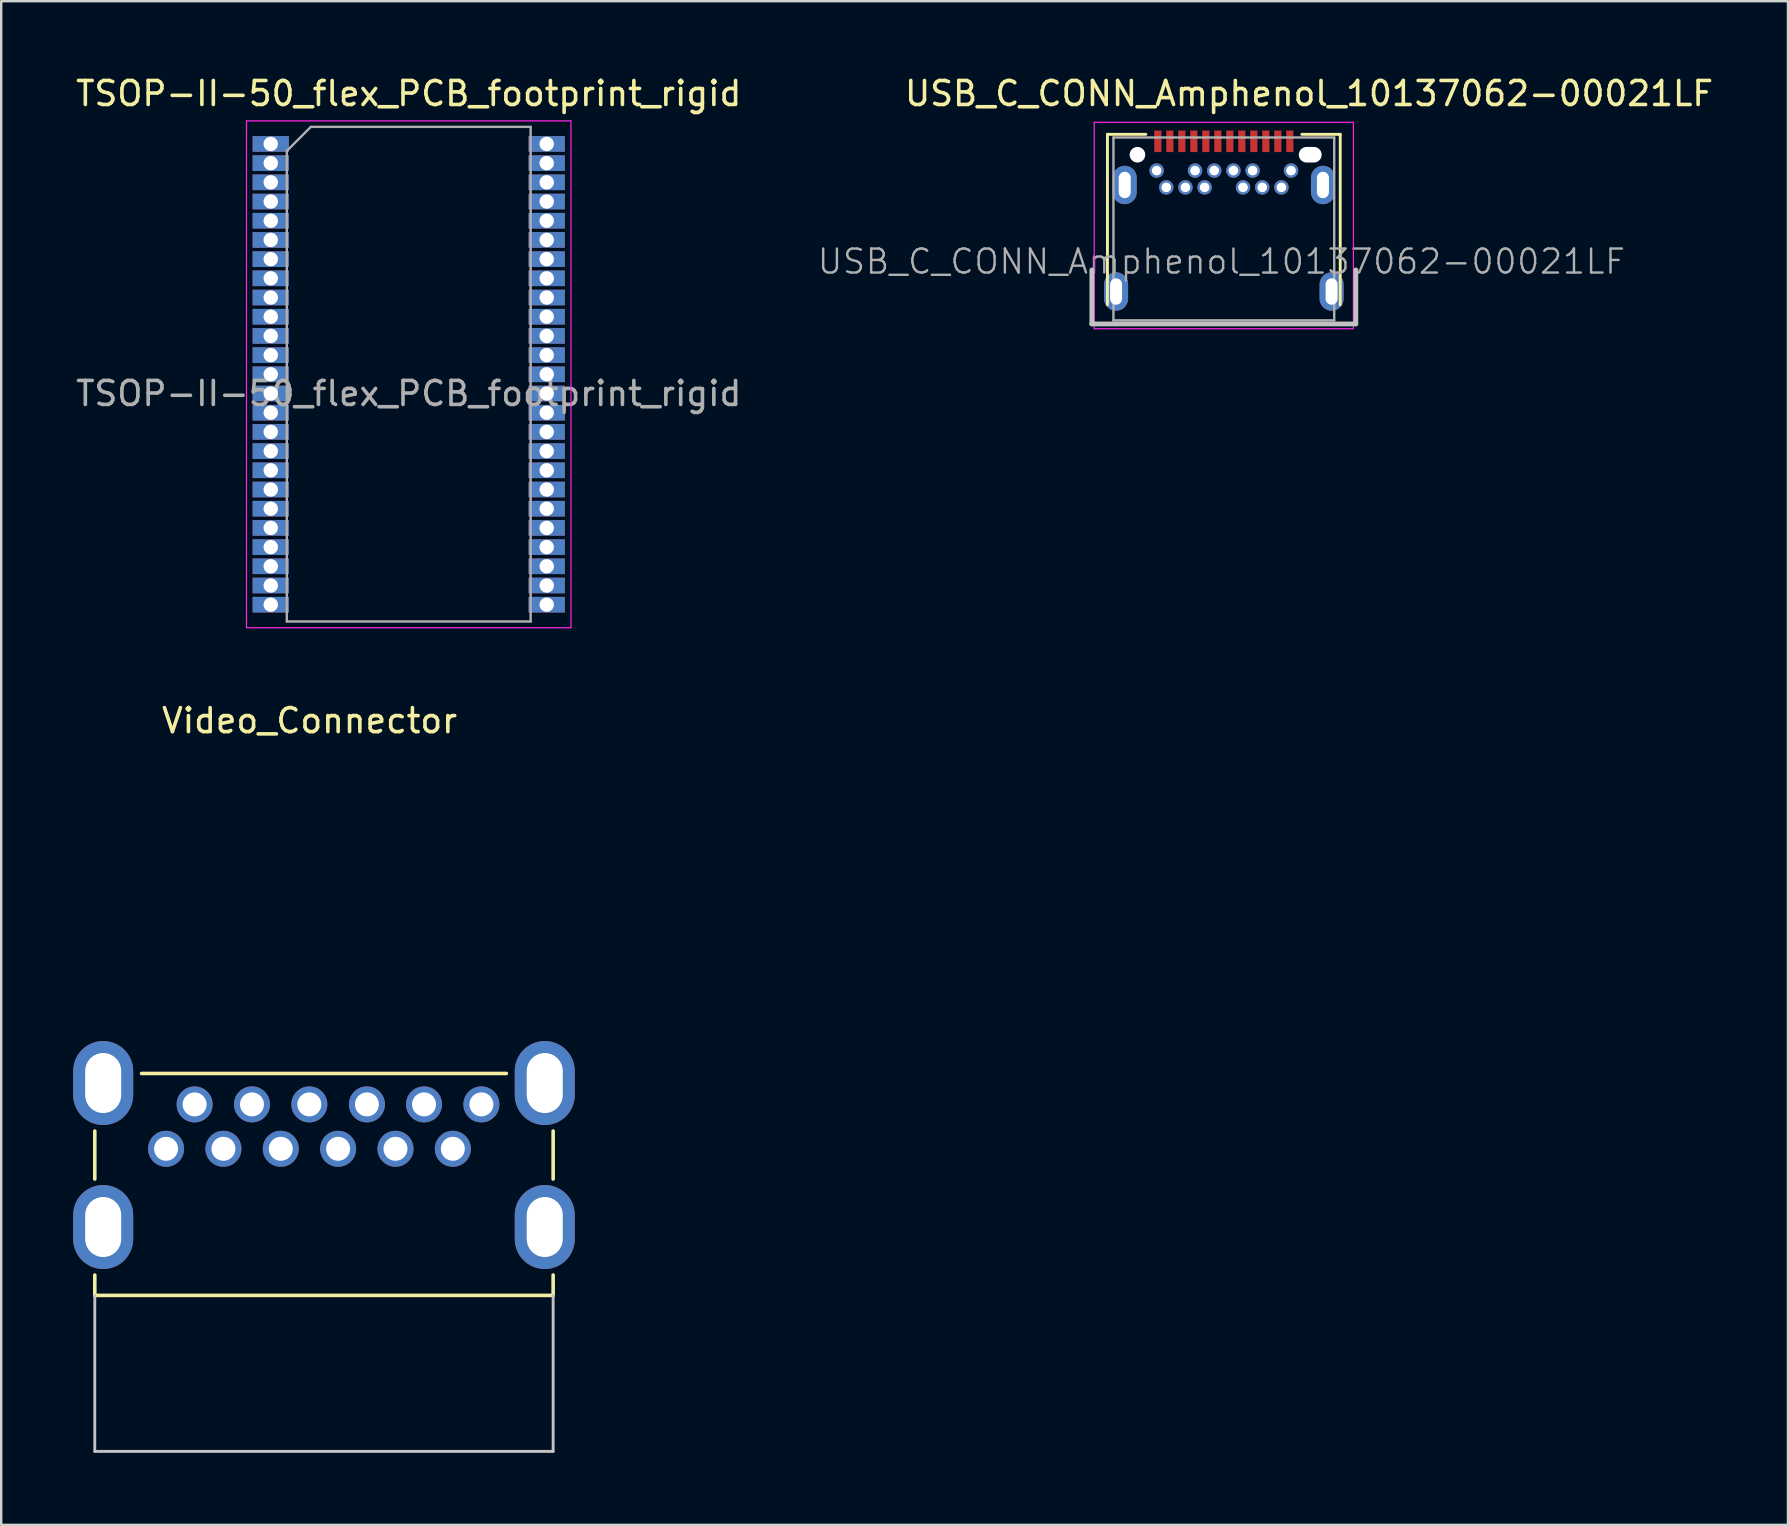
<source format=kicad_pcb>
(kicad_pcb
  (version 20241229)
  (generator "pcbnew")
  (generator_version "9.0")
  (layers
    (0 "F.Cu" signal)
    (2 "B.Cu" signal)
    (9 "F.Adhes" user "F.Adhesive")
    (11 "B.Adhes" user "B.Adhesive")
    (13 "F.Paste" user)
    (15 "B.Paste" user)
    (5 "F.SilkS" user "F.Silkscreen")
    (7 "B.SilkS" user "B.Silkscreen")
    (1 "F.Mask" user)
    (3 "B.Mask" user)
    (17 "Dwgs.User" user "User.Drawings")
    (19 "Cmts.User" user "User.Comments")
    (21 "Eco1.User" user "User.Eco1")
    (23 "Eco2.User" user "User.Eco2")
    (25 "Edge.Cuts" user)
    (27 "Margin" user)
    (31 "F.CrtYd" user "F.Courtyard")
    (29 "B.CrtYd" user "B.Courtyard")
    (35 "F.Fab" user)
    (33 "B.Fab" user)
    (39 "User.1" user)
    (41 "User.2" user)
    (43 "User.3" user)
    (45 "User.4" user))
  (footprint "Video_Connector"
    (layer "F.Cu")
    (at 10.45 41.681)
    (property "Reference" "Video_Connector" (at -0.6 -14.7 0) (unlocked yes) (layer "F.SilkS") (effects (font (size 1 1) (thickness 0.15))))
    (attr through_hole)
    (fp_line (start -9.55 2.4) (end -9.55 4.4) (stroke (width 0.15) (type solid)) (layer "F.SilkS"))
    (fp_line (start -9.55 8.4) (end -9.55 9.25) (stroke (width 0.15) (type solid)) (layer "F.SilkS"))
    (fp_line (start -9.55 9.25) (end 9.55 9.25) (stroke (width 0.15) (type solid)) (layer "F.SilkS"))
    (fp_line (start -7.6 0) (end 7.6 0) (stroke (width 0.15) (type solid)) (layer "F.SilkS"))
    (fp_line (start 9.55 2.4) (end 9.55 4.4) (stroke (width 0.15) (type solid)) (layer "F.SilkS"))
    (fp_line (start 9.55 9.25) (end 9.55 8.4) (stroke (width 0.15) (type solid)) (layer "F.SilkS"))
    (fp_line (start -9.55 9.25) (end -9.55 15.75) (stroke (width 0.12) (type solid)) (layer "Dwgs.User"))
    (fp_line (start -9.55 15.75) (end 9.55 15.75) (stroke (width 0.12) (type solid)) (layer "Dwgs.User"))
    (fp_line (start 9.55 15.75) (end 9.55 9.25) (stroke (width 0.12) (type solid)) (layer "Dwgs.User"))
    (pad "1" thru_hole circle (at -6.58 3.14) (size 1.5 1.5) (drill 1) (layers "*.Cu" "*.Mask"))
    (pad "2" thru_hole circle (at -5.39 1.29) (size 1.5 1.5) (drill 1) (layers "*.Cu" "*.Mask"))
    (pad "3" thru_hole circle (at -4.19 3.14) (size 1.5 1.5) (drill 1) (layers "*.Cu" "*.Mask"))
    (pad "4" thru_hole circle (at -3 1.29) (size 1.5 1.5) (drill 1) (layers "*.Cu" "*.Mask"))
    (pad "5" thru_hole circle (at -1.8 3.14) (size 1.5 1.5) (drill 1) (layers "*.Cu" "*.Mask"))
    (pad "6" thru_hole circle (at -0.61 1.29) (size 1.5 1.5) (drill 1) (layers "*.Cu" "*.Mask"))
    (pad "7" thru_hole circle (at 0.59 3.14) (size 1.5 1.5) (drill 1) (layers "*.Cu" "*.Mask"))
    (pad "8" thru_hole circle (at 1.79 1.29) (size 1.5 1.5) (drill 1) (layers "*.Cu" "*.Mask"))
    (pad "9" thru_hole circle (at 2.98 3.14) (size 1.5 1.5) (drill 1) (layers "*.Cu" "*.Mask"))
    (pad "10" thru_hole circle (at 4.17 1.29) (size 1.5 1.5) (drill 1) (layers "*.Cu" "*.Mask"))
    (pad "11" thru_hole circle (at 5.37 3.14) (size 1.5 1.5) (drill 1) (layers "*.Cu" "*.Mask"))
    (pad "12" thru_hole circle (at 6.56 1.29) (size 1.5 1.5) (drill 1) (layers "*.Cu" "*.Mask"))
    (pad "MP" thru_hole oval (at -9.2 0.4) (size 2.5 3.5) (drill oval 1.5 2.5) (layers "*.Cu" "*.Mask"))
    (pad "MP" thru_hole oval (at -9.2 6.4) (size 2.5 3.5) (drill oval 1.5 2.5) (layers "*.Cu" "*.Mask"))
    (pad "MP" thru_hole oval (at 9.2 0.4) (size 2.5 3.5) (drill oval 1.5 2.5) (layers "*.Cu" "*.Mask"))
    (pad "MP" thru_hole oval (at 9.2 6.4) (size 2.5 3.5) (drill oval 1.5 2.5) (layers "*.Cu" "*.Mask")))
  (footprint "USB_C_CONN_Amphenol_10137062-00021LF"
    (layer "F.Cu")
    (at 47.948 2.748)
    (property "Reference" "USB_C_CONN_Amphenol_10137062-00021LF" (at 3.55 -1.9 0) (layer "F.SilkS") (effects (font (size 1 1) (thickness 0.15))))
    (attr through_hole)
    (fp_line (start -4.85 -0.2) (end -4.85 6.9) (stroke (width 0.12) (type solid)) (layer "F.SilkS"))
    (fp_line (start -4.85 -0.2) (end -3.25 -0.2) (stroke (width 0.12) (type solid)) (layer "F.SilkS"))
    (fp_line (start 3.25 -0.2) (end 4.85 -0.2) (stroke (width 0.12) (type solid)) (layer "F.SilkS"))
    (fp_line (start 4.85 -0.2) (end 4.85 6.9) (stroke (width 0.12) (type solid)) (layer "F.SilkS"))
    (fp_line (start -5.5 7.7) (end -5.5 5.45) (stroke (width 0.2) (type solid)) (layer "Dwgs.User"))
    (fp_line (start -5.5 7.7) (end 5.5 7.7) (stroke (width 0.2) (type solid)) (layer "Dwgs.User"))
    (fp_line (start 5.5 5.45) (end 5.5 7.7) (stroke (width 0.2) (type solid)) (layer "Dwgs.User"))
    (fp_line (start -5.4 -0.7) (end 5.4 -0.7) (stroke (width 0.05) (type solid)) (layer "F.CrtYd"))
    (fp_line (start -5.4 7.9) (end -5.4 -0.7) (stroke (width 0.05) (type solid)) (layer "F.CrtYd"))
    (fp_line (start 5.4 -0.7) (end 5.4 7.9) (stroke (width 0.05) (type solid)) (layer "F.CrtYd"))
    (fp_line (start 5.4 7.9) (end -5.4 7.9) (stroke (width 0.05) (type solid)) (layer "F.CrtYd"))
    (fp_line (start -4.6 -0.07) (end 4.6 -0.07) (stroke (width 0.1) (type solid)) (layer "F.Fab"))
    (fp_line (start -4.6 7.55) (end -4.6 -0.07) (stroke (width 0.1) (type solid)) (layer "F.Fab"))
    (fp_line (start -4.6 7.55) (end 4.6 7.55) (stroke (width 0.1) (type solid)) (layer "F.Fab"))
    (fp_line (start 4.6 7.55) (end 4.6 -0.07) (stroke (width 0.1) (type solid)) (layer "F.Fab"))
    (fp_text user "${REFERENCE}" (at -0.1 5.1 0) (layer "F.Fab") (effects (font (size 1 1) (thickness 0.1))))
    (pad "" np_thru_hole circle (at -3.6 0.65) (size 0.65 0.65) (drill 0.65) (layers "*.Cu" "*.Mask"))
    (pad "" np_thru_hole oval (at 3.6 0.65) (size 0.95 0.65) (drill oval 0.95 0.65) (layers "*.Cu" "*.Mask"))
    (pad "A1" smd rect (at -2.75 0.09) (size 0.3 0.9) (layers "F.Cu" "F.Mask" "F.Paste"))
    (pad "A2" smd rect (at -2.25 0.09) (size 0.3 0.9) (layers "F.Cu" "F.Mask" "F.Paste"))
    (pad "A3" smd rect (at -1.75 0.09) (size 0.3 0.9) (layers "F.Cu" "F.Mask" "F.Paste"))
    (pad "A4" smd rect (at -1.25 0.09) (size 0.3 0.9) (layers "F.Cu" "F.Mask" "F.Paste"))
    (pad "A5" smd rect (at -0.75 0.09) (size 0.3 0.9) (layers "F.Cu" "F.Mask" "F.Paste"))
    (pad "A6" smd rect (at -0.25 0.09) (size 0.3 0.9) (layers "F.Cu" "F.Mask" "F.Paste"))
    (pad "A7" smd rect (at 0.25 0.09) (size 0.3 0.9) (layers "F.Cu" "F.Mask" "F.Paste"))
    (pad "A8" smd rect (at 0.75 0.09) (size 0.3 0.9) (layers "F.Cu" "F.Mask" "F.Paste"))
    (pad "A9" smd rect (at 1.25 0.09) (size 0.3 0.9) (layers "F.Cu" "F.Mask" "F.Paste"))
    (pad "A10" smd rect (at 1.75 0.09) (size 0.3 0.9) (layers "F.Cu" "F.Mask" "F.Paste"))
    (pad "A11" smd rect (at 2.25 0.09) (size 0.3 0.9) (layers "F.Cu" "F.Mask" "F.Paste"))
    (pad "A12" smd rect (at 2.75 0.09) (size 0.3 0.9) (layers "F.Cu" "F.Mask" "F.Paste"))
    (pad "B1" thru_hole circle (at 2.8 1.31 180) (size 0.6 0.6) (drill 0.4) (layers "*.Cu" "*.Mask"))
    (pad "B2" thru_hole circle (at 2.4 2.01 180) (size 0.6 0.6) (drill 0.4) (layers "*.Cu" "*.Mask"))
    (pad "B3" thru_hole circle (at 1.6 2.01 180) (size 0.6 0.6) (drill 0.4) (layers "*.Cu" "*.Mask"))
    (pad "B4" thru_hole circle (at 1.2 1.31 180) (size 0.6 0.6) (drill 0.4) (layers "*.Cu" "*.Mask"))
    (pad "B5" thru_hole circle (at 0.8 2.01 180) (size 0.6 0.6) (drill 0.4) (layers "*.Cu" "*.Mask"))
    (pad "B6" thru_hole circle (at 0.4 1.31 180) (size 0.6 0.6) (drill 0.4) (layers "*.Cu" "*.Mask"))
    (pad "B7" thru_hole circle (at -0.4 1.31 180) (size 0.6 0.6) (drill 0.4) (layers "*.Cu" "*.Mask"))
    (pad "B8" thru_hole circle (at -0.8 2.01 180) (size 0.6 0.6) (drill 0.4) (layers "*.Cu" "*.Mask"))
    (pad "B9" thru_hole circle (at -1.2 1.31 180) (size 0.6 0.6) (drill 0.4) (layers "*.Cu" "*.Mask"))
    (pad "B10" thru_hole circle (at -1.6 2.01 180) (size 0.6 0.6) (drill 0.4) (layers "*.Cu" "*.Mask"))
    (pad "B11" thru_hole circle (at -2.4 2.01 180) (size 0.6 0.6) (drill 0.4) (layers "*.Cu" "*.Mask"))
    (pad "B12" thru_hole circle (at -2.8 1.31 180) (size 0.6 0.6) (drill 0.4) (layers "*.Cu" "*.Mask"))
    (pad "S1" thru_hole oval (at -4.49 6.35) (size 1 1.6) (drill oval 0.5 1.1) (layers "*.Cu" "*.Mask"))
    (pad "S1" thru_hole oval (at -4.13 1.91) (size 1 1.6) (drill oval 0.5 1.1) (layers "*.Cu" "*.Mask"))
    (pad "S1" thru_hole oval (at 4.13 1.91) (size 1 1.6) (drill oval 0.5 1.1) (layers "*.Cu" "*.Mask"))
    (pad "S1" thru_hole oval (at 4.49 6.35) (size 1 1.6) (drill oval 0.5 1.1) (layers "*.Cu" "*.Mask")))
  (footprint "TSOP-II-50_flex_PCB_footprint_rigid"
    (layer "F.Cu")
    (at 13.982 13.348)
    (property "Reference" "TSOP-II-50_flex_PCB_footprint_rigid" (at 0 -12.5 0) (layer "F.SilkS") (effects (font (size 1 1) (thickness 0.15))))
    (attr through_hole)
    (fp_line (start -6.76 -11.36) (end -6.76 9.76) (stroke (width 0.05) (type solid)) (layer "F.CrtYd"))
    (fp_line (start -6.76 -11.36) (end 6.76 -11.36) (stroke (width 0.05) (type solid)) (layer "F.CrtYd"))
    (fp_line (start 6.76 -11.36) (end 6.76 9.76) (stroke (width 0.05) (type solid)) (layer "F.CrtYd"))
    (fp_line (start 6.76 9.76) (end -6.76 9.76) (stroke (width 0.05) (type solid)) (layer "F.CrtYd"))
    (fp_line (start -5.08 9.5) (end -5.08 -10.11) (stroke (width 0.1) (type solid)) (layer "F.Fab"))
    (fp_line (start -4.08 -11.11) (end -5.08 -10.11) (stroke (width 0.1) (type solid)) (layer "F.Fab"))
    (fp_line (start -4.08 -11.11) (end 5.08 -11.11) (stroke (width 0.1) (type solid)) (layer "F.Fab"))
    (fp_line (start 5.08 -11.11) (end 5.08 9.5) (stroke (width 0.1) (type solid)) (layer "F.Fab"))
    (fp_line (start 5.08 9.5) (end -5.08 9.5) (stroke (width 0.1) (type solid)) (layer "F.Fab"))
    (fp_text user "${REFERENCE}" (at 0 0 0) (layer "F.Fab") (effects (font (size 1 1) (thickness 0.15))))
    (pad "1" thru_hole rect (at -5.75 -10.4) (size 1.51 0.65) (drill 0.6) (layers "*.Cu" "*.Mask"))
    (pad "2" thru_hole rect (at -5.75 -9.6) (size 1.51 0.65) (drill 0.6) (layers "*.Cu" "*.Mask"))
    (pad "3" thru_hole rect (at -5.75 -8.8) (size 1.51 0.65) (drill 0.6) (layers "*.Cu" "*.Mask"))
    (pad "4" thru_hole rect (at -5.75 -8) (size 1.51 0.65) (drill 0.6) (layers "*.Cu" "*.Mask"))
    (pad "5" thru_hole rect (at -5.75 -7.2) (size 1.51 0.65) (drill 0.6) (layers "*.Cu" "*.Mask"))
    (pad "6" thru_hole rect (at -5.75 -6.4) (size 1.51 0.65) (drill 0.6) (layers "*.Cu" "*.Mask"))
    (pad "7" thru_hole rect (at -5.75 -5.6) (size 1.51 0.65) (drill 0.6) (layers "*.Cu" "*.Mask"))
    (pad "8" thru_hole rect (at -5.75 -4.8) (size 1.51 0.65) (drill 0.6) (layers "*.Cu" "*.Mask"))
    (pad "9" thru_hole rect (at -5.75 -4) (size 1.51 0.65) (drill 0.6) (layers "*.Cu" "*.Mask"))
    (pad "10" thru_hole rect (at -5.75 -3.2) (size 1.51 0.65) (drill 0.6) (layers "*.Cu" "*.Mask"))
    (pad "11" thru_hole rect (at -5.75 -2.4) (size 1.51 0.65) (drill 0.6) (layers "*.Cu" "*.Mask"))
    (pad "12" thru_hole rect (at -5.75 -1.6) (size 1.51 0.65) (drill 0.6) (layers "*.Cu" "*.Mask"))
    (pad "13" thru_hole rect (at -5.75 -0.8) (size 1.51 0.65) (drill 0.6) (layers "*.Cu" "*.Mask"))
    (pad "14" thru_hole rect (at -5.75 0) (size 1.51 0.65) (drill 0.6) (layers "*.Cu" "*.Mask"))
    (pad "15" thru_hole rect (at -5.75 0.8) (size 1.51 0.65) (drill 0.6) (layers "*.Cu" "*.Mask"))
    (pad "16" thru_hole rect (at -5.75 1.6) (size 1.51 0.65) (drill 0.6) (layers "*.Cu" "*.Mask"))
    (pad "17" thru_hole rect (at -5.75 2.4) (size 1.51 0.65) (drill 0.6) (layers "*.Cu" "*.Mask"))
    (pad "18" thru_hole rect (at -5.75 3.2) (size 1.51 0.65) (drill 0.6) (layers "*.Cu" "*.Mask"))
    (pad "19" thru_hole rect (at -5.75 4) (size 1.51 0.65) (drill 0.6) (layers "*.Cu" "*.Mask"))
    (pad "20" thru_hole rect (at -5.75 4.8) (size 1.51 0.65) (drill 0.6) (layers "*.Cu" "*.Mask"))
    (pad "21" thru_hole rect (at -5.75 5.6) (size 1.51 0.65) (drill 0.6) (layers "*.Cu" "*.Mask"))
    (pad "22" thru_hole rect (at -5.75 6.4) (size 1.51 0.65) (drill 0.6) (layers "*.Cu" "*.Mask"))
    (pad "23" thru_hole rect (at -5.75 7.2) (size 1.51 0.65) (drill 0.6) (layers "*.Cu" "*.Mask"))
    (pad "24" thru_hole rect (at -5.75 8) (size 1.51 0.65) (drill 0.6) (layers "*.Cu" "*.Mask"))
    (pad "25" thru_hole rect (at -5.75 8.8) (size 1.51 0.65) (drill 0.6) (layers "*.Cu" "*.Mask"))
    (pad "26" thru_hole rect (at 5.75 8.8) (size 1.51 0.65) (drill 0.6) (layers "*.Cu" "*.Mask"))
    (pad "27" thru_hole rect (at 5.75 8) (size 1.51 0.65) (drill 0.6) (layers "*.Cu" "*.Mask"))
    (pad "28" thru_hole rect (at 5.75 7.2) (size 1.51 0.65) (drill 0.6) (layers "*.Cu" "*.Mask"))
    (pad "29" thru_hole rect (at 5.75 6.4) (size 1.51 0.65) (drill 0.6) (layers "*.Cu" "*.Mask"))
    (pad "30" thru_hole rect (at 5.75 5.6) (size 1.51 0.65) (drill 0.6) (layers "*.Cu" "*.Mask"))
    (pad "31" thru_hole rect (at 5.75 4.8) (size 1.51 0.65) (drill 0.6) (layers "*.Cu" "*.Mask"))
    (pad "32" thru_hole rect (at 5.75 4) (size 1.51 0.65) (drill 0.6) (layers "*.Cu" "*.Mask"))
    (pad "33" thru_hole rect (at 5.75 3.2) (size 1.51 0.65) (drill 0.6) (layers "*.Cu" "*.Mask"))
    (pad "34" thru_hole rect (at 5.75 2.4) (size 1.51 0.65) (drill 0.6) (layers "*.Cu" "*.Mask"))
    (pad "35" thru_hole rect (at 5.75 1.6) (size 1.51 0.65) (drill 0.6) (layers "*.Cu" "*.Mask"))
    (pad "36" thru_hole rect (at 5.75 0.8) (size 1.51 0.65) (drill 0.6) (layers "*.Cu" "*.Mask"))
    (pad "37" thru_hole rect (at 5.75 0) (size 1.51 0.65) (drill 0.6) (layers "*.Cu" "*.Mask"))
    (pad "38" thru_hole rect (at 5.75 -0.8) (size 1.51 0.65) (drill 0.6) (layers "*.Cu" "*.Mask"))
    (pad "39" thru_hole rect (at 5.75 -1.6) (size 1.51 0.65) (drill 0.6) (layers "*.Cu" "*.Mask"))
    (pad "40" thru_hole rect (at 5.75 -2.4) (size 1.51 0.65) (drill 0.6) (layers "*.Cu" "*.Mask"))
    (pad "41" thru_hole rect (at 5.75 -3.2) (size 1.51 0.65) (drill 0.6) (layers "*.Cu" "*.Mask"))
    (pad "42" thru_hole rect (at 5.75 -4) (size 1.51 0.65) (drill 0.6) (layers "*.Cu" "*.Mask"))
    (pad "43" thru_hole rect (at 5.75 -4.8) (size 1.51 0.65) (drill 0.6) (layers "*.Cu" "*.Mask"))
    (pad "44" thru_hole rect (at 5.75 -5.6) (size 1.51 0.65) (drill 0.6) (layers "*.Cu" "*.Mask"))
    (pad "45" thru_hole rect (at 5.75 -6.4) (size 1.51 0.65) (drill 0.6) (layers "*.Cu" "*.Mask"))
    (pad "46" thru_hole rect (at 5.75 -7.2) (size 1.51 0.65) (drill 0.6) (layers "*.Cu" "*.Mask"))
    (pad "47" thru_hole rect (at 5.75 -8) (size 1.51 0.65) (drill 0.6) (layers "*.Cu" "*.Mask"))
    (pad "48" thru_hole rect (at 5.75 -8.8) (size 1.51 0.65) (drill 0.6) (layers "*.Cu" "*.Mask"))
    (pad "49" thru_hole rect (at 5.75 -9.6) (size 1.51 0.65) (drill 0.6) (layers "*.Cu" "*.Mask"))
    (pad "50" thru_hole rect (at 5.75 -10.4) (size 1.51 0.65) (drill 0.6) (layers "*.Cu" "*.Mask")))
  (gr_rect
    (start -3 -3)
    (end 71.456 60.492)
    (stroke (width 0.1) (type default))
    (fill no)
    (layer "Edge.Cuts")))
</source>
